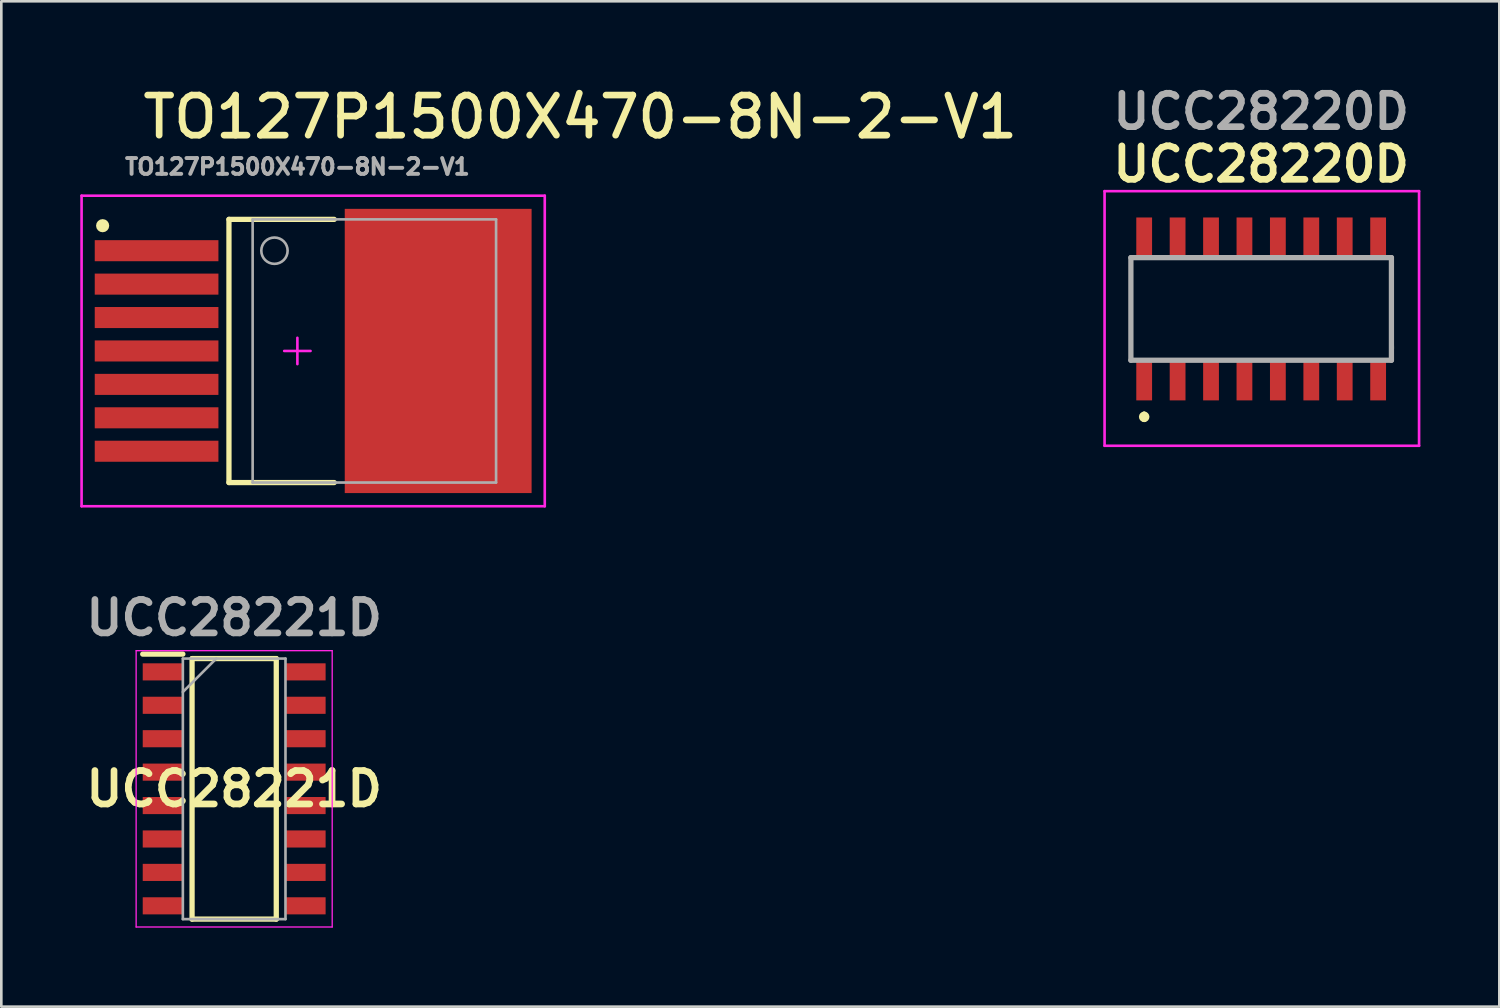
<source format=kicad_pcb>
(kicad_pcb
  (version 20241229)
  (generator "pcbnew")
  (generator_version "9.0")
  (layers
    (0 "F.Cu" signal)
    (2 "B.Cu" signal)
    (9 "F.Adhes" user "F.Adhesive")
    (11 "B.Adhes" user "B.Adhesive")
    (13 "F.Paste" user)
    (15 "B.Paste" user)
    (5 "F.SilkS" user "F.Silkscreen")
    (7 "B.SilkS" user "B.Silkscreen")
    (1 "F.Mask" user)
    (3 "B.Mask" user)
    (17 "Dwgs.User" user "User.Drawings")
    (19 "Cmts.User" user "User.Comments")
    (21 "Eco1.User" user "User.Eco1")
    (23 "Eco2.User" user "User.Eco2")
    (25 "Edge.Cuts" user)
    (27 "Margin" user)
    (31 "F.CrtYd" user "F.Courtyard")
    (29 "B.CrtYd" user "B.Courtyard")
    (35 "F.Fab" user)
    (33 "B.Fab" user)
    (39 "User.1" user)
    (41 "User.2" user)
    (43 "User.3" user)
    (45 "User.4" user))
  (footprint "UCC28220D"
    (layer "F.Cu")
    (at 44.872 8.689)
    (property "Reference" "UCC28220D" (at 0 -5.5 0) (layer "F.SilkS") (effects (font (size 1.27 1.27) (thickness 0.254))))
    (attr smd)
    (fp_line (start -4.95 -1.5) (end -4.95 1.5) (stroke (width 0.1) (type solid)) (layer "F.SilkS"))
    (fp_line (start -4.445 4) (end -4.445 4) (stroke (width 0.2) (type solid)) (layer "F.SilkS"))
    (fp_line (start -4.445 4.2) (end -4.445 4.2) (stroke (width 0.2) (type solid)) (layer "F.SilkS"))
    (fp_line (start 4.95 -1.5) (end 5 1.5) (stroke (width 0.1) (type solid)) (layer "F.SilkS"))
    (fp_arc (start -4.445 4) (mid -4.345 4.1) (end -4.445 4.2) (stroke (width 0.2) (type solid)) (layer "F.SilkS"))
    (fp_arc (start -4.445 4.2) (mid -4.545 4.1) (end -4.445 4) (stroke (width 0.2) (type solid)) (layer "F.SilkS"))
    (fp_line (start -5.95 -4.475) (end 6 -4.475) (stroke (width 0.1) (type solid)) (layer "F.CrtYd"))
    (fp_line (start -5.95 5.2) (end -5.95 -4.475) (stroke (width 0.1) (type solid)) (layer "F.CrtYd"))
    (fp_line (start 6 -4.475) (end 6 5.2) (stroke (width 0.1) (type solid)) (layer "F.CrtYd"))
    (fp_line (start 6 5.2) (end -5.95 5.2) (stroke (width 0.1) (type solid)) (layer "F.CrtYd"))
    (fp_line (start -4.95 -1.95) (end 4.95 -1.95) (stroke (width 0.2) (type solid)) (layer "F.Fab"))
    (fp_line (start -4.95 1.95) (end -4.95 -1.95) (stroke (width 0.2) (type solid)) (layer "F.Fab"))
    (fp_line (start 4.95 -1.95) (end 4.95 1.95) (stroke (width 0.2) (type solid)) (layer "F.Fab"))
    (fp_line (start 4.95 1.95) (end -4.95 1.95) (stroke (width 0.2) (type solid)) (layer "F.Fab"))
    (fp_text user "${REFERENCE}" (at 0 -7.5 0) (layer "F.Fab") (effects (font (size 1.27 1.27) (thickness 0.254))))
    (pad "1" smd rect (at -4.445 2.7) (size 0.6 1.55) (layers "F.Cu" "F.Mask" "F.Paste"))
    (pad "2" smd rect (at -3.175 2.7) (size 0.6 1.55) (layers "F.Cu" "F.Mask" "F.Paste"))
    (pad "3" smd rect (at -1.905 2.7) (size 0.6 1.55) (layers "F.Cu" "F.Mask" "F.Paste"))
    (pad "4" smd rect (at -0.635 2.7) (size 0.6 1.55) (layers "F.Cu" "F.Mask" "F.Paste"))
    (pad "5" smd rect (at 0.635 2.7) (size 0.6 1.55) (layers "F.Cu" "F.Mask" "F.Paste"))
    (pad "6" smd rect (at 1.905 2.7) (size 0.6 1.55) (layers "F.Cu" "F.Mask" "F.Paste"))
    (pad "7" smd rect (at 3.175 2.7) (size 0.6 1.55) (layers "F.Cu" "F.Mask" "F.Paste"))
    (pad "8" smd rect (at 4.445 2.7) (size 0.6 1.55) (layers "F.Cu" "F.Mask" "F.Paste"))
    (pad "9" smd rect (at 4.445 -2.7) (size 0.6 1.55) (layers "F.Cu" "F.Mask" "F.Paste"))
    (pad "10" smd rect (at 3.175 -2.7) (size 0.6 1.55) (layers "F.Cu" "F.Mask" "F.Paste"))
    (pad "11" smd rect (at 1.905 -2.7) (size 0.6 1.55) (layers "F.Cu" "F.Mask" "F.Paste"))
    (pad "12" smd rect (at 0.635 -2.7) (size 0.6 1.55) (layers "F.Cu" "F.Mask" "F.Paste"))
    (pad "13" smd rect (at -0.635 -2.7) (size 0.6 1.55) (layers "F.Cu" "F.Mask" "F.Paste"))
    (pad "14" smd rect (at -1.905 -2.7) (size 0.6 1.55) (layers "F.Cu" "F.Mask" "F.Paste"))
    (pad "15" smd rect (at -3.175 -2.7) (size 0.6 1.55) (layers "F.Cu" "F.Mask" "F.Paste"))
    (pad "16" smd rect (at -4.445 -2.7) (size 0.6 1.55) (layers "F.Cu" "F.Mask" "F.Paste")))
  (footprint "UCC28221D"
    (layer "F.Cu")
    (at 5.848 26.925)
    (property "Reference" "UCC28221D" (at 0 0 0) (layer "F.SilkS") (effects (font (size 1.27 1.27) (thickness 0.254))))
    (attr smd)
    (fp_line (start -3.475 -5.12) (end -1.95 -5.12) (stroke (width 0.2) (type solid)) (layer "F.SilkS"))
    (fp_line (start -1.6 -4.95) (end 1.6 -4.95) (stroke (width 0.2) (type solid)) (layer "F.SilkS"))
    (fp_line (start -1.6 4.95) (end -1.6 -4.95) (stroke (width 0.2) (type solid)) (layer "F.SilkS"))
    (fp_line (start 1.6 -4.95) (end 1.6 4.95) (stroke (width 0.2) (type solid)) (layer "F.SilkS"))
    (fp_line (start 1.6 4.95) (end -1.6 4.95) (stroke (width 0.2) (type solid)) (layer "F.SilkS"))
    (fp_line (start -3.725 -5.25) (end 3.725 -5.25) (stroke (width 0.05) (type solid)) (layer "F.CrtYd"))
    (fp_line (start -3.725 5.25) (end -3.725 -5.25) (stroke (width 0.05) (type solid)) (layer "F.CrtYd"))
    (fp_line (start 3.725 -5.25) (end 3.725 5.25) (stroke (width 0.05) (type solid)) (layer "F.CrtYd"))
    (fp_line (start 3.725 5.25) (end -3.725 5.25) (stroke (width 0.05) (type solid)) (layer "F.CrtYd"))
    (fp_line (start -1.95 -4.95) (end 1.95 -4.95) (stroke (width 0.1) (type solid)) (layer "F.Fab"))
    (fp_line (start -1.95 -3.68) (end -0.68 -4.95) (stroke (width 0.1) (type solid)) (layer "F.Fab"))
    (fp_line (start -1.95 4.95) (end -1.95 -4.95) (stroke (width 0.1) (type solid)) (layer "F.Fab"))
    (fp_line (start 1.95 -4.95) (end 1.95 4.95) (stroke (width 0.1) (type solid)) (layer "F.Fab"))
    (fp_line (start 1.95 4.95) (end -1.95 4.95) (stroke (width 0.1) (type solid)) (layer "F.Fab"))
    (fp_text user "${REFERENCE}" (at 0 -6.5 0) (layer "F.Fab") (effects (font (size 1.27 1.27) (thickness 0.254))))
    (pad "1" smd rect (at -2.712 -4.445 90) (size 0.65 1.525) (layers "F.Cu" "F.Mask" "F.Paste"))
    (pad "2" smd rect (at -2.712 -3.175 90) (size 0.65 1.525) (layers "F.Cu" "F.Mask" "F.Paste"))
    (pad "3" smd rect (at -2.712 -1.905 90) (size 0.65 1.525) (layers "F.Cu" "F.Mask" "F.Paste"))
    (pad "4" smd rect (at -2.712 -0.635 90) (size 0.65 1.525) (layers "F.Cu" "F.Mask" "F.Paste"))
    (pad "5" smd rect (at -2.712 0.635 90) (size 0.65 1.525) (layers "F.Cu" "F.Mask" "F.Paste"))
    (pad "6" smd rect (at -2.712 1.905 90) (size 0.65 1.525) (layers "F.Cu" "F.Mask" "F.Paste"))
    (pad "7" smd rect (at -2.712 3.175 90) (size 0.65 1.525) (layers "F.Cu" "F.Mask" "F.Paste"))
    (pad "8" smd rect (at -2.712 4.445 90) (size 0.65 1.525) (layers "F.Cu" "F.Mask" "F.Paste"))
    (pad "9" smd rect (at 2.712 4.445 90) (size 0.65 1.525) (layers "F.Cu" "F.Mask" "F.Paste"))
    (pad "10" smd rect (at 2.712 3.175 90) (size 0.65 1.525) (layers "F.Cu" "F.Mask" "F.Paste"))
    (pad "11" smd rect (at 2.712 1.905 90) (size 0.65 1.525) (layers "F.Cu" "F.Mask" "F.Paste"))
    (pad "12" smd rect (at 2.712 0.635 90) (size 0.65 1.525) (layers "F.Cu" "F.Mask" "F.Paste"))
    (pad "13" smd rect (at 2.712 -0.635 90) (size 0.65 1.525) (layers "F.Cu" "F.Mask" "F.Paste"))
    (pad "14" smd rect (at 2.712 -1.905 90) (size 0.65 1.525) (layers "F.Cu" "F.Mask" "F.Paste"))
    (pad "15" smd rect (at 2.712 -3.175 90) (size 0.65 1.525) (layers "F.Cu" "F.Mask" "F.Paste"))
    (pad "16" smd rect (at 2.712 -4.445 90) (size 0.65 1.525) (layers "F.Cu" "F.Mask" "F.Paste")))
  (footprint "TO127P1500X470-8N-2-V1"
    (layer "F.Cu")
    (at 8.25 10.286)
    (property "Reference" "TO127P1500X470-8N-2-V1" (at -6 -8 0) (unlocked yes) (layer "F.SilkS") (effects (font (size 1.524 1.524) (thickness 0.254)) (justify left bottom)))
    (fp_line (start -2.6 -5) (end 1.4 -5) (stroke (width 0.2) (type solid)) (layer "F.SilkS"))
    (fp_line (start -2.6 5) (end -2.6 -5) (stroke (width 0.2) (type solid)) (layer "F.SilkS"))
    (fp_line (start -2.6 5) (end 1.4 5) (stroke (width 0.2) (type solid)) (layer "F.SilkS"))
    (fp_circle (center -7.4 -4.76) (end -7.4 -4.885) (stroke (width 0.25) (type solid)) (fill no) (layer "F.SilkS"))
    (fp_poly (pts (xy 5.195 -5.35) (xy 1.845 -5.35) (xy 1.845 -0.15) (xy 5.195 -0.15)) (stroke (width 0) (type default)) (fill yes) (layer "F.Paste"))
    (fp_poly (pts (xy 5.195 0.15) (xy 1.845 0.15) (xy 1.845 5.35) (xy 5.195 5.35)) (stroke (width 0) (type default)) (fill yes) (layer "F.Paste"))
    (fp_poly (pts (xy 8.845 -5.35) (xy 5.495 -5.35) (xy 5.495 -0.15) (xy 8.845 -0.15)) (stroke (width 0) (type default)) (fill yes) (layer "F.Paste"))
    (fp_poly (pts (xy 8.845 0.15) (xy 5.495 0.15) (xy 5.495 5.35) (xy 8.845 5.35)) (stroke (width 0) (type default)) (fill yes) (layer "F.Paste"))
    (fp_line (start -8.2 -5.9) (end 9.4 -5.9) (stroke (width 0.1) (type solid)) (layer "F.CrtYd"))
    (fp_line (start -8.2 5.9) (end -8.2 -5.9) (stroke (width 0.1) (type solid)) (layer "F.CrtYd"))
    (fp_line (start -8.2 5.9) (end 9.4 5.9) (stroke (width 0.1) (type solid)) (layer "F.CrtYd"))
    (fp_line (start -0.5 0) (end 0.5 0) (stroke (width 0.1) (type solid)) (layer "F.CrtYd"))
    (fp_line (start 0 0.5) (end 0 -0.5) (stroke (width 0.1) (type solid)) (layer "F.CrtYd"))
    (fp_line (start 9.4 5.9) (end 9.4 -5.9) (stroke (width 0.1) (type solid)) (layer "F.CrtYd"))
    (fp_line (start -1.7 -5) (end 7.55 -5) (stroke (width 0.1) (type solid)) (layer "F.Fab"))
    (fp_line (start -1.7 5) (end -1.7 -5) (stroke (width 0.1) (type solid)) (layer "F.Fab"))
    (fp_line (start -1.7 5) (end 7.55 5) (stroke (width 0.1) (type solid)) (layer "F.Fab"))
    (fp_line (start 7.55 5) (end 7.55 -5) (stroke (width 0.1) (type solid)) (layer "F.Fab"))
    (fp_circle (center -0.871 -3.81) (end -0.371 -3.81) (stroke (width 0.1) (type solid)) (fill no) (layer "F.Fab"))
    (fp_text user "${REFERENCE}" (at 0 -7 0) (layer "F.Fab") (effects (font (size 0.6 0.6) (thickness 0.15))))
    (pad "1" smd rect (at -5.35 -3.81) (size 4.7 0.8) (layers "F.Cu" "F.Mask" "F.Paste"))
    (pad "2" smd rect (at -5.35 -2.54) (size 4.7 0.8) (layers "F.Cu" "F.Mask" "F.Paste"))
    (pad "3" smd rect (at -5.35 -1.27) (size 4.7 0.8) (layers "F.Cu" "F.Mask" "F.Paste"))
    (pad "4" smd rect (at -5.35 0) (size 4.7 0.8) (layers "F.Cu" "F.Mask" "F.Paste"))
    (pad "5" smd rect (at -5.35 1.27) (size 4.7 0.8) (layers "F.Cu" "F.Mask" "F.Paste"))
    (pad "6" smd rect (at -5.35 2.54) (size 4.7 0.8) (layers "F.Cu" "F.Mask" "F.Paste"))
    (pad "7" smd rect (at -5.35 3.81) (size 4.7 0.8) (layers "F.Cu" "F.Mask" "F.Paste"))
    (pad "8" smd rect (at 5.35 0 90) (size 10.8 7.1) (layers "F.Cu" "F.Mask" "F.Paste")))
  (gr_rect
    (start -3 -3)
    (end 53.922 35.2)
    (stroke (width 0.1) (type default))
    (fill no)
    (layer "Edge.Cuts")))
</source>
